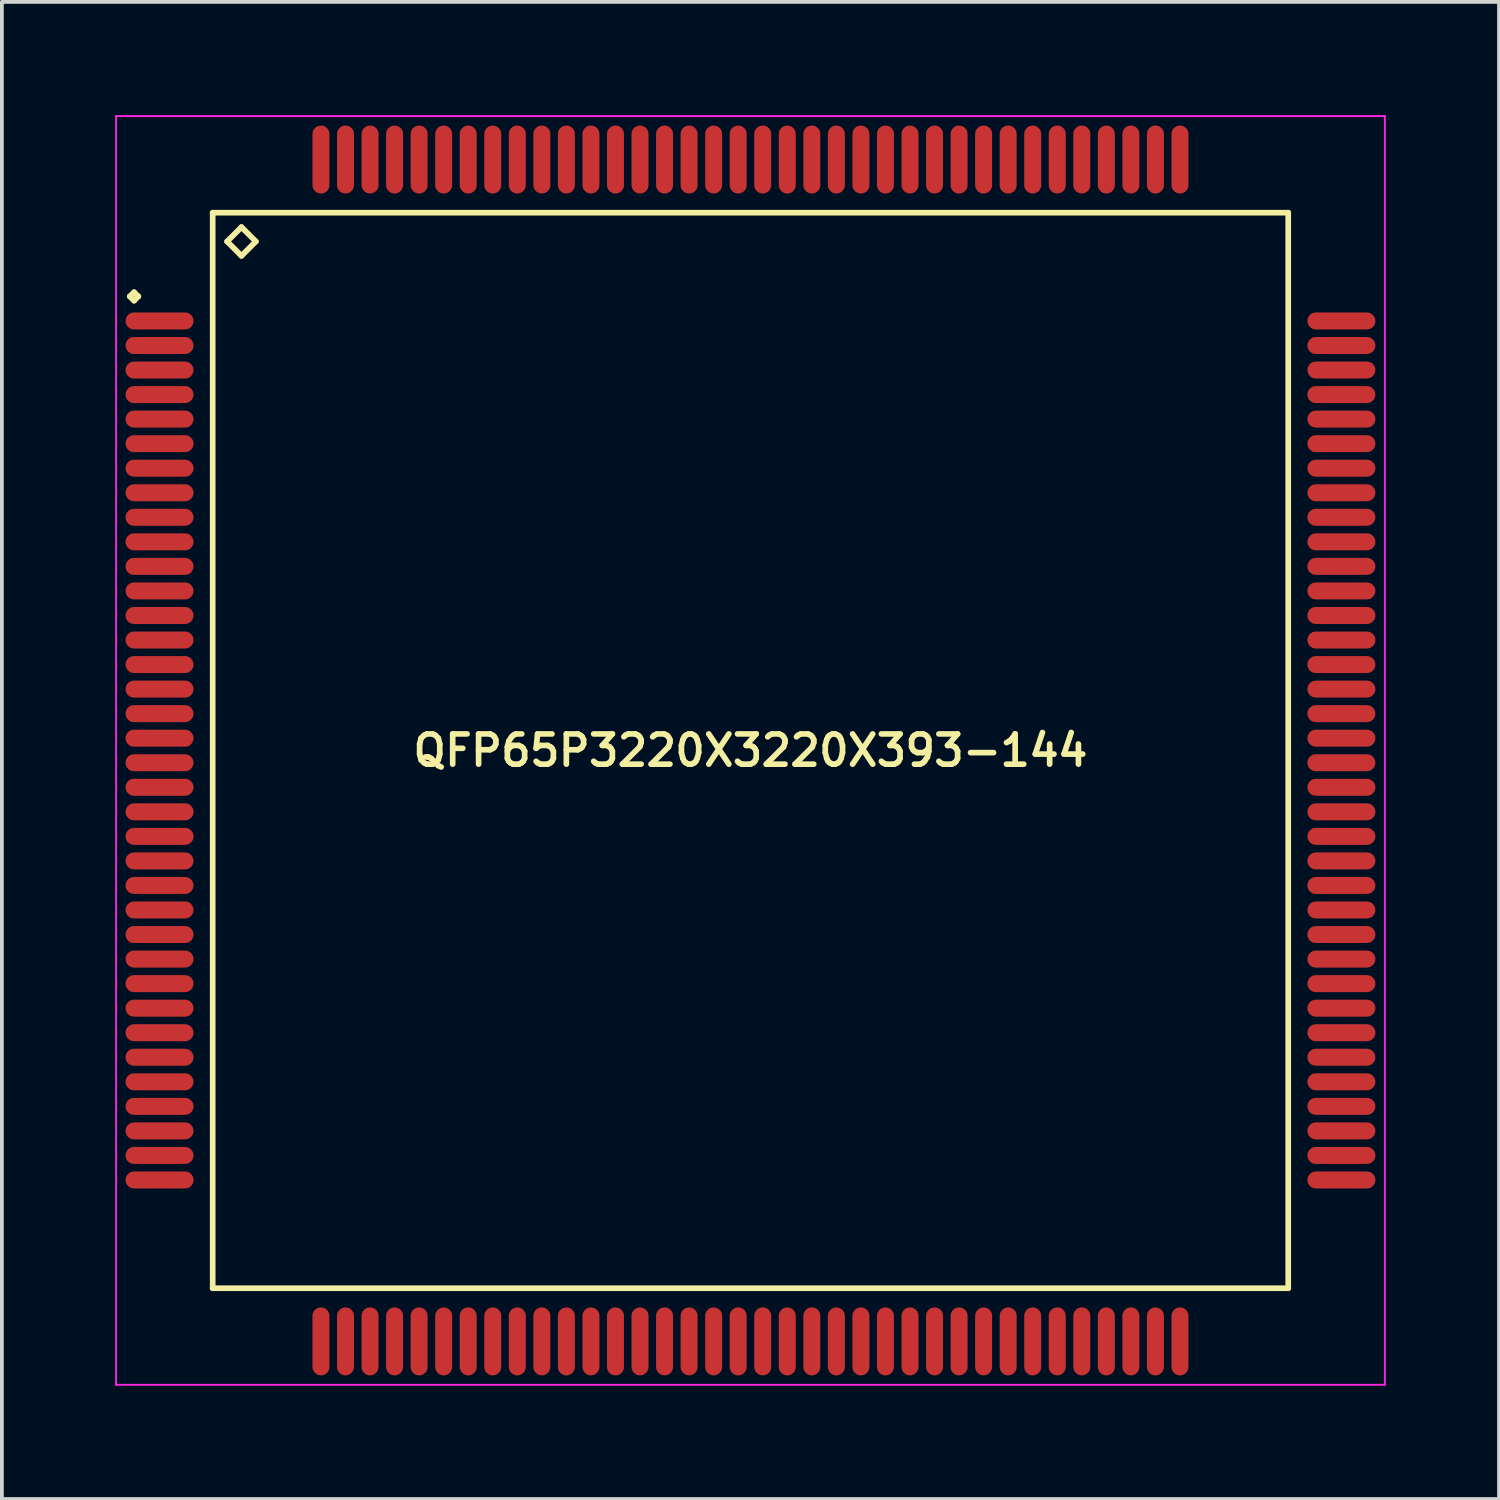
<source format=kicad_pcb>
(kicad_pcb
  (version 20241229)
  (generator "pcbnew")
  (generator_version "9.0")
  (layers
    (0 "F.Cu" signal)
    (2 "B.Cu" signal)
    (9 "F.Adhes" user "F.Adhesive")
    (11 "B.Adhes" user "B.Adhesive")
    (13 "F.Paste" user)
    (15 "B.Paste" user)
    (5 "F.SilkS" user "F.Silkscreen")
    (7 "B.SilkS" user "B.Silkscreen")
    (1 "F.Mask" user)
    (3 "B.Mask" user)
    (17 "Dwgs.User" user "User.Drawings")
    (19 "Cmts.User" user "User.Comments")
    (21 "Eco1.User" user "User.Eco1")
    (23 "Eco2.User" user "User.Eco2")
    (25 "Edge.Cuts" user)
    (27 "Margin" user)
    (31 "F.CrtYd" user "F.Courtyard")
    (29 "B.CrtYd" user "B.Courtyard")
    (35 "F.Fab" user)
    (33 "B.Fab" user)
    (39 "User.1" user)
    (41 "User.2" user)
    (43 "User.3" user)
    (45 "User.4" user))
  (footprint "QFP65P3220X3220X393-144"
    (layer "F.Cu")
    (at 16.825 16.825)
    (property "Reference" "QFP65P3220X3220X393-144" (at 0 0 0) (layer "F.SilkS") (effects (font (size 0.8 0.8) (thickness 0.15))))
    (attr smd)
    (fp_line (start -16.438 -12.025) (end -16.325 -12.137) (stroke (width 0.15) (type solid)) (layer "F.SilkS"))
    (fp_line (start -16.325 -12.137) (end -16.212 -12.025) (stroke (width 0.15) (type solid)) (layer "F.SilkS"))
    (fp_line (start -16.325 -11.912) (end -16.438 -12.025) (stroke (width 0.15) (type solid)) (layer "F.SilkS"))
    (fp_line (start -16.212 -12.025) (end -16.325 -11.912) (stroke (width 0.15) (type solid)) (layer "F.SilkS"))
    (fp_line (start -14.242 -14.242) (end -14.242 14.242) (stroke (width 0.15) (type solid)) (layer "F.SilkS"))
    (fp_line (start -14.242 14.242) (end 14.242 14.242) (stroke (width 0.15) (type solid)) (layer "F.SilkS"))
    (fp_line (start -13.861 -13.48) (end -13.48 -13.861) (stroke (width 0.15) (type solid)) (layer "F.SilkS"))
    (fp_line (start -13.48 -13.861) (end -13.099 -13.48) (stroke (width 0.15) (type solid)) (layer "F.SilkS"))
    (fp_line (start -13.48 -13.099) (end -13.861 -13.48) (stroke (width 0.15) (type solid)) (layer "F.SilkS"))
    (fp_line (start -13.099 -13.48) (end -13.48 -13.099) (stroke (width 0.15) (type solid)) (layer "F.SilkS"))
    (fp_line (start 14.242 -14.242) (end -14.242 -14.242) (stroke (width 0.15) (type solid)) (layer "F.SilkS"))
    (fp_line (start 14.242 14.242) (end 14.242 -14.242) (stroke (width 0.15) (type solid)) (layer "F.SilkS"))
    (fp_line (start -16.8 -16.8) (end 16.8 -16.8) (stroke (width 0.05) (type solid)) (layer "F.CrtYd"))
    (fp_line (start -16.8 16.8) (end -16.8 -16.8) (stroke (width 0.05) (type solid)) (layer "F.CrtYd"))
    (fp_line (start 16.8 -16.8) (end 16.8 16.8) (stroke (width 0.05) (type solid)) (layer "F.CrtYd"))
    (fp_line (start 16.8 16.8) (end -16.8 16.8) (stroke (width 0.05) (type solid)) (layer "F.CrtYd"))
    (pad "1" smd oval (at -15.65 -11.375) (size 1.8 0.45) (layers "F.Cu" "F.Mask" "F.Paste"))
    (pad "2" smd oval (at -15.65 -10.725) (size 1.8 0.45) (layers "F.Cu" "F.Mask" "F.Paste"))
    (pad "3" smd oval (at -15.65 -10.075) (size 1.8 0.45) (layers "F.Cu" "F.Mask" "F.Paste"))
    (pad "4" smd oval (at -15.65 -9.425) (size 1.8 0.45) (layers "F.Cu" "F.Mask" "F.Paste"))
    (pad "5" smd oval (at -15.65 -8.775) (size 1.8 0.45) (layers "F.Cu" "F.Mask" "F.Paste"))
    (pad "6" smd oval (at -15.65 -8.125) (size 1.8 0.45) (layers "F.Cu" "F.Mask" "F.Paste"))
    (pad "7" smd oval (at -15.65 -7.475) (size 1.8 0.45) (layers "F.Cu" "F.Mask" "F.Paste"))
    (pad "8" smd oval (at -15.65 -6.825) (size 1.8 0.45) (layers "F.Cu" "F.Mask" "F.Paste"))
    (pad "9" smd oval (at -15.65 -6.175) (size 1.8 0.45) (layers "F.Cu" "F.Mask" "F.Paste"))
    (pad "10" smd oval (at -15.65 -5.525) (size 1.8 0.45) (layers "F.Cu" "F.Mask" "F.Paste"))
    (pad "11" smd oval (at -15.65 -4.875) (size 1.8 0.45) (layers "F.Cu" "F.Mask" "F.Paste"))
    (pad "12" smd oval (at -15.65 -4.225) (size 1.8 0.45) (layers "F.Cu" "F.Mask" "F.Paste"))
    (pad "13" smd oval (at -15.65 -3.575) (size 1.8 0.45) (layers "F.Cu" "F.Mask" "F.Paste"))
    (pad "14" smd oval (at -15.65 -2.925) (size 1.8 0.45) (layers "F.Cu" "F.Mask" "F.Paste"))
    (pad "15" smd oval (at -15.65 -2.275) (size 1.8 0.45) (layers "F.Cu" "F.Mask" "F.Paste"))
    (pad "16" smd oval (at -15.65 -1.625) (size 1.8 0.45) (layers "F.Cu" "F.Mask" "F.Paste"))
    (pad "17" smd oval (at -15.65 -0.975) (size 1.8 0.45) (layers "F.Cu" "F.Mask" "F.Paste"))
    (pad "18" smd oval (at -15.65 -0.325) (size 1.8 0.45) (layers "F.Cu" "F.Mask" "F.Paste"))
    (pad "19" smd oval (at -15.65 0.325) (size 1.8 0.45) (layers "F.Cu" "F.Mask" "F.Paste"))
    (pad "20" smd oval (at -15.65 0.975) (size 1.8 0.45) (layers "F.Cu" "F.Mask" "F.Paste"))
    (pad "21" smd oval (at -15.65 1.625) (size 1.8 0.45) (layers "F.Cu" "F.Mask" "F.Paste"))
    (pad "22" smd oval (at -15.65 2.275) (size 1.8 0.45) (layers "F.Cu" "F.Mask" "F.Paste"))
    (pad "23" smd oval (at -15.65 2.925) (size 1.8 0.45) (layers "F.Cu" "F.Mask" "F.Paste"))
    (pad "24" smd oval (at -15.65 3.575) (size 1.8 0.45) (layers "F.Cu" "F.Mask" "F.Paste"))
    (pad "25" smd oval (at -15.65 4.225) (size 1.8 0.45) (layers "F.Cu" "F.Mask" "F.Paste"))
    (pad "26" smd oval (at -15.65 4.875) (size 1.8 0.45) (layers "F.Cu" "F.Mask" "F.Paste"))
    (pad "27" smd oval (at -15.65 5.525) (size 1.8 0.45) (layers "F.Cu" "F.Mask" "F.Paste"))
    (pad "28" smd oval (at -15.65 6.175) (size 1.8 0.45) (layers "F.Cu" "F.Mask" "F.Paste"))
    (pad "29" smd oval (at -15.65 6.825) (size 1.8 0.45) (layers "F.Cu" "F.Mask" "F.Paste"))
    (pad "30" smd oval (at -15.65 7.475) (size 1.8 0.45) (layers "F.Cu" "F.Mask" "F.Paste"))
    (pad "31" smd oval (at -15.65 8.125) (size 1.8 0.45) (layers "F.Cu" "F.Mask" "F.Paste"))
    (pad "32" smd oval (at -15.65 8.775) (size 1.8 0.45) (layers "F.Cu" "F.Mask" "F.Paste"))
    (pad "33" smd oval (at -15.65 9.425) (size 1.8 0.45) (layers "F.Cu" "F.Mask" "F.Paste"))
    (pad "34" smd oval (at -15.65 10.075) (size 1.8 0.45) (layers "F.Cu" "F.Mask" "F.Paste"))
    (pad "35" smd oval (at -15.65 10.725) (size 1.8 0.45) (layers "F.Cu" "F.Mask" "F.Paste"))
    (pad "36" smd oval (at -15.65 11.375) (size 1.8 0.45) (layers "F.Cu" "F.Mask" "F.Paste"))
    (pad "37" smd oval (at -11.375 15.65) (size 0.45 1.8) (layers "F.Cu" "F.Mask" "F.Paste"))
    (pad "38" smd oval (at -10.725 15.65) (size 0.45 1.8) (layers "F.Cu" "F.Mask" "F.Paste"))
    (pad "39" smd oval (at -10.075 15.65) (size 0.45 1.8) (layers "F.Cu" "F.Mask" "F.Paste"))
    (pad "40" smd oval (at -9.425 15.65) (size 0.45 1.8) (layers "F.Cu" "F.Mask" "F.Paste"))
    (pad "41" smd oval (at -8.775 15.65) (size 0.45 1.8) (layers "F.Cu" "F.Mask" "F.Paste"))
    (pad "42" smd oval (at -8.125 15.65) (size 0.45 1.8) (layers "F.Cu" "F.Mask" "F.Paste"))
    (pad "43" smd oval (at -7.475 15.65) (size 0.45 1.8) (layers "F.Cu" "F.Mask" "F.Paste"))
    (pad "44" smd oval (at -6.825 15.65) (size 0.45 1.8) (layers "F.Cu" "F.Mask" "F.Paste"))
    (pad "45" smd oval (at -6.175 15.65) (size 0.45 1.8) (layers "F.Cu" "F.Mask" "F.Paste"))
    (pad "46" smd oval (at -5.525 15.65) (size 0.45 1.8) (layers "F.Cu" "F.Mask" "F.Paste"))
    (pad "47" smd oval (at -4.875 15.65) (size 0.45 1.8) (layers "F.Cu" "F.Mask" "F.Paste"))
    (pad "48" smd oval (at -4.225 15.65) (size 0.45 1.8) (layers "F.Cu" "F.Mask" "F.Paste"))
    (pad "49" smd oval (at -3.575 15.65) (size 0.45 1.8) (layers "F.Cu" "F.Mask" "F.Paste"))
    (pad "50" smd oval (at -2.925 15.65) (size 0.45 1.8) (layers "F.Cu" "F.Mask" "F.Paste"))
    (pad "51" smd oval (at -2.275 15.65) (size 0.45 1.8) (layers "F.Cu" "F.Mask" "F.Paste"))
    (pad "52" smd oval (at -1.625 15.65) (size 0.45 1.8) (layers "F.Cu" "F.Mask" "F.Paste"))
    (pad "53" smd oval (at -0.975 15.65) (size 0.45 1.8) (layers "F.Cu" "F.Mask" "F.Paste"))
    (pad "54" smd oval (at -0.325 15.65) (size 0.45 1.8) (layers "F.Cu" "F.Mask" "F.Paste"))
    (pad "55" smd oval (at 0.325 15.65) (size 0.45 1.8) (layers "F.Cu" "F.Mask" "F.Paste"))
    (pad "56" smd oval (at 0.975 15.65) (size 0.45 1.8) (layers "F.Cu" "F.Mask" "F.Paste"))
    (pad "57" smd oval (at 1.625 15.65) (size 0.45 1.8) (layers "F.Cu" "F.Mask" "F.Paste"))
    (pad "58" smd oval (at 2.275 15.65) (size 0.45 1.8) (layers "F.Cu" "F.Mask" "F.Paste"))
    (pad "59" smd oval (at 2.925 15.65) (size 0.45 1.8) (layers "F.Cu" "F.Mask" "F.Paste"))
    (pad "60" smd oval (at 3.575 15.65) (size 0.45 1.8) (layers "F.Cu" "F.Mask" "F.Paste"))
    (pad "61" smd oval (at 4.225 15.65) (size 0.45 1.8) (layers "F.Cu" "F.Mask" "F.Paste"))
    (pad "62" smd oval (at 4.875 15.65) (size 0.45 1.8) (layers "F.Cu" "F.Mask" "F.Paste"))
    (pad "63" smd oval (at 5.525 15.65) (size 0.45 1.8) (layers "F.Cu" "F.Mask" "F.Paste"))
    (pad "64" smd oval (at 6.175 15.65) (size 0.45 1.8) (layers "F.Cu" "F.Mask" "F.Paste"))
    (pad "65" smd oval (at 6.825 15.65) (size 0.45 1.8) (layers "F.Cu" "F.Mask" "F.Paste"))
    (pad "66" smd oval (at 7.475 15.65) (size 0.45 1.8) (layers "F.Cu" "F.Mask" "F.Paste"))
    (pad "67" smd oval (at 8.125 15.65) (size 0.45 1.8) (layers "F.Cu" "F.Mask" "F.Paste"))
    (pad "68" smd oval (at 8.775 15.65) (size 0.45 1.8) (layers "F.Cu" "F.Mask" "F.Paste"))
    (pad "69" smd oval (at 9.425 15.65) (size 0.45 1.8) (layers "F.Cu" "F.Mask" "F.Paste"))
    (pad "70" smd oval (at 10.075 15.65) (size 0.45 1.8) (layers "F.Cu" "F.Mask" "F.Paste"))
    (pad "71" smd oval (at 10.725 15.65) (size 0.45 1.8) (layers "F.Cu" "F.Mask" "F.Paste"))
    (pad "72" smd oval (at 11.375 15.65) (size 0.45 1.8) (layers "F.Cu" "F.Mask" "F.Paste"))
    (pad "73" smd oval (at 15.65 11.375) (size 1.8 0.45) (layers "F.Cu" "F.Mask" "F.Paste"))
    (pad "74" smd oval (at 15.65 10.725) (size 1.8 0.45) (layers "F.Cu" "F.Mask" "F.Paste"))
    (pad "75" smd oval (at 15.65 10.075) (size 1.8 0.45) (layers "F.Cu" "F.Mask" "F.Paste"))
    (pad "76" smd oval (at 15.65 9.425) (size 1.8 0.45) (layers "F.Cu" "F.Mask" "F.Paste"))
    (pad "77" smd oval (at 15.65 8.775) (size 1.8 0.45) (layers "F.Cu" "F.Mask" "F.Paste"))
    (pad "78" smd oval (at 15.65 8.125) (size 1.8 0.45) (layers "F.Cu" "F.Mask" "F.Paste"))
    (pad "79" smd oval (at 15.65 7.475) (size 1.8 0.45) (layers "F.Cu" "F.Mask" "F.Paste"))
    (pad "80" smd oval (at 15.65 6.825) (size 1.8 0.45) (layers "F.Cu" "F.Mask" "F.Paste"))
    (pad "81" smd oval (at 15.65 6.175) (size 1.8 0.45) (layers "F.Cu" "F.Mask" "F.Paste"))
    (pad "82" smd oval (at 15.65 5.525) (size 1.8 0.45) (layers "F.Cu" "F.Mask" "F.Paste"))
    (pad "83" smd oval (at 15.65 4.875) (size 1.8 0.45) (layers "F.Cu" "F.Mask" "F.Paste"))
    (pad "84" smd oval (at 15.65 4.225) (size 1.8 0.45) (layers "F.Cu" "F.Mask" "F.Paste"))
    (pad "85" smd oval (at 15.65 3.575) (size 1.8 0.45) (layers "F.Cu" "F.Mask" "F.Paste"))
    (pad "86" smd oval (at 15.65 2.925) (size 1.8 0.45) (layers "F.Cu" "F.Mask" "F.Paste"))
    (pad "87" smd oval (at 15.65 2.275) (size 1.8 0.45) (layers "F.Cu" "F.Mask" "F.Paste"))
    (pad "88" smd oval (at 15.65 1.625) (size 1.8 0.45) (layers "F.Cu" "F.Mask" "F.Paste"))
    (pad "89" smd oval (at 15.65 0.975) (size 1.8 0.45) (layers "F.Cu" "F.Mask" "F.Paste"))
    (pad "90" smd oval (at 15.65 0.325) (size 1.8 0.45) (layers "F.Cu" "F.Mask" "F.Paste"))
    (pad "91" smd oval (at 15.65 -0.325) (size 1.8 0.45) (layers "F.Cu" "F.Mask" "F.Paste"))
    (pad "92" smd oval (at 15.65 -0.975) (size 1.8 0.45) (layers "F.Cu" "F.Mask" "F.Paste"))
    (pad "93" smd oval (at 15.65 -1.625) (size 1.8 0.45) (layers "F.Cu" "F.Mask" "F.Paste"))
    (pad "94" smd oval (at 15.65 -2.275) (size 1.8 0.45) (layers "F.Cu" "F.Mask" "F.Paste"))
    (pad "95" smd oval (at 15.65 -2.925) (size 1.8 0.45) (layers "F.Cu" "F.Mask" "F.Paste"))
    (pad "96" smd oval (at 15.65 -3.575) (size 1.8 0.45) (layers "F.Cu" "F.Mask" "F.Paste"))
    (pad "97" smd oval (at 15.65 -4.225) (size 1.8 0.45) (layers "F.Cu" "F.Mask" "F.Paste"))
    (pad "98" smd oval (at 15.65 -4.875) (size 1.8 0.45) (layers "F.Cu" "F.Mask" "F.Paste"))
    (pad "99" smd oval (at 15.65 -5.525) (size 1.8 0.45) (layers "F.Cu" "F.Mask" "F.Paste"))
    (pad "100" smd oval (at 15.65 -6.175) (size 1.8 0.45) (layers "F.Cu" "F.Mask" "F.Paste"))
    (pad "101" smd oval (at 15.65 -6.825) (size 1.8 0.45) (layers "F.Cu" "F.Mask" "F.Paste"))
    (pad "102" smd oval (at 15.65 -7.475) (size 1.8 0.45) (layers "F.Cu" "F.Mask" "F.Paste"))
    (pad "103" smd oval (at 15.65 -8.125) (size 1.8 0.45) (layers "F.Cu" "F.Mask" "F.Paste"))
    (pad "104" smd oval (at 15.65 -8.775) (size 1.8 0.45) (layers "F.Cu" "F.Mask" "F.Paste"))
    (pad "105" smd oval (at 15.65 -9.425) (size 1.8 0.45) (layers "F.Cu" "F.Mask" "F.Paste"))
    (pad "106" smd oval (at 15.65 -10.075) (size 1.8 0.45) (layers "F.Cu" "F.Mask" "F.Paste"))
    (pad "107" smd oval (at 15.65 -10.725) (size 1.8 0.45) (layers "F.Cu" "F.Mask" "F.Paste"))
    (pad "108" smd oval (at 15.65 -11.375) (size 1.8 0.45) (layers "F.Cu" "F.Mask" "F.Paste"))
    (pad "109" smd oval (at 11.375 -15.65) (size 0.45 1.8) (layers "F.Cu" "F.Mask" "F.Paste"))
    (pad "110" smd oval (at 10.725 -15.65) (size 0.45 1.8) (layers "F.Cu" "F.Mask" "F.Paste"))
    (pad "111" smd oval (at 10.075 -15.65) (size 0.45 1.8) (layers "F.Cu" "F.Mask" "F.Paste"))
    (pad "112" smd oval (at 9.425 -15.65) (size 0.45 1.8) (layers "F.Cu" "F.Mask" "F.Paste"))
    (pad "113" smd oval (at 8.775 -15.65) (size 0.45 1.8) (layers "F.Cu" "F.Mask" "F.Paste"))
    (pad "114" smd oval (at 8.125 -15.65) (size 0.45 1.8) (layers "F.Cu" "F.Mask" "F.Paste"))
    (pad "115" smd oval (at 7.475 -15.65) (size 0.45 1.8) (layers "F.Cu" "F.Mask" "F.Paste"))
    (pad "116" smd oval (at 6.825 -15.65) (size 0.45 1.8) (layers "F.Cu" "F.Mask" "F.Paste"))
    (pad "117" smd oval (at 6.175 -15.65) (size 0.45 1.8) (layers "F.Cu" "F.Mask" "F.Paste"))
    (pad "118" smd oval (at 5.525 -15.65) (size 0.45 1.8) (layers "F.Cu" "F.Mask" "F.Paste"))
    (pad "119" smd oval (at 4.875 -15.65) (size 0.45 1.8) (layers "F.Cu" "F.Mask" "F.Paste"))
    (pad "120" smd oval (at 4.225 -15.65) (size 0.45 1.8) (layers "F.Cu" "F.Mask" "F.Paste"))
    (pad "121" smd oval (at 3.575 -15.65) (size 0.45 1.8) (layers "F.Cu" "F.Mask" "F.Paste"))
    (pad "122" smd oval (at 2.925 -15.65) (size 0.45 1.8) (layers "F.Cu" "F.Mask" "F.Paste"))
    (pad "123" smd oval (at 2.275 -15.65) (size 0.45 1.8) (layers "F.Cu" "F.Mask" "F.Paste"))
    (pad "124" smd oval (at 1.625 -15.65) (size 0.45 1.8) (layers "F.Cu" "F.Mask" "F.Paste"))
    (pad "125" smd oval (at 0.975 -15.65) (size 0.45 1.8) (layers "F.Cu" "F.Mask" "F.Paste"))
    (pad "126" smd oval (at 0.325 -15.65) (size 0.45 1.8) (layers "F.Cu" "F.Mask" "F.Paste"))
    (pad "127" smd oval (at -0.325 -15.65) (size 0.45 1.8) (layers "F.Cu" "F.Mask" "F.Paste"))
    (pad "128" smd oval (at -0.975 -15.65) (size 0.45 1.8) (layers "F.Cu" "F.Mask" "F.Paste"))
    (pad "129" smd oval (at -1.625 -15.65) (size 0.45 1.8) (layers "F.Cu" "F.Mask" "F.Paste"))
    (pad "130" smd oval (at -2.275 -15.65) (size 0.45 1.8) (layers "F.Cu" "F.Mask" "F.Paste"))
    (pad "131" smd oval (at -2.925 -15.65) (size 0.45 1.8) (layers "F.Cu" "F.Mask" "F.Paste"))
    (pad "132" smd oval (at -3.575 -15.65) (size 0.45 1.8) (layers "F.Cu" "F.Mask" "F.Paste"))
    (pad "133" smd oval (at -4.225 -15.65) (size 0.45 1.8) (layers "F.Cu" "F.Mask" "F.Paste"))
    (pad "134" smd oval (at -4.875 -15.65) (size 0.45 1.8) (layers "F.Cu" "F.Mask" "F.Paste"))
    (pad "135" smd oval (at -5.525 -15.65) (size 0.45 1.8) (layers "F.Cu" "F.Mask" "F.Paste"))
    (pad "136" smd oval (at -6.175 -15.65) (size 0.45 1.8) (layers "F.Cu" "F.Mask" "F.Paste"))
    (pad "137" smd oval (at -6.825 -15.65) (size 0.45 1.8) (layers "F.Cu" "F.Mask" "F.Paste"))
    (pad "138" smd oval (at -7.475 -15.65) (size 0.45 1.8) (layers "F.Cu" "F.Mask" "F.Paste"))
    (pad "139" smd oval (at -8.125 -15.65) (size 0.45 1.8) (layers "F.Cu" "F.Mask" "F.Paste"))
    (pad "140" smd oval (at -8.775 -15.65) (size 0.45 1.8) (layers "F.Cu" "F.Mask" "F.Paste"))
    (pad "141" smd oval (at -9.425 -15.65) (size 0.45 1.8) (layers "F.Cu" "F.Mask" "F.Paste"))
    (pad "142" smd oval (at -10.075 -15.65) (size 0.45 1.8) (layers "F.Cu" "F.Mask" "F.Paste"))
    (pad "143" smd oval (at -10.725 -15.65) (size 0.45 1.8) (layers "F.Cu" "F.Mask" "F.Paste"))
    (pad "144" smd oval (at -11.375 -15.65) (size 0.45 1.8) (layers "F.Cu" "F.Mask" "F.Paste")))
  (gr_rect
    (start -3 -3)
    (end 36.65 36.65)
    (stroke (width 0.1) (type default))
    (fill no)
    (layer "Edge.Cuts")))
</source>
